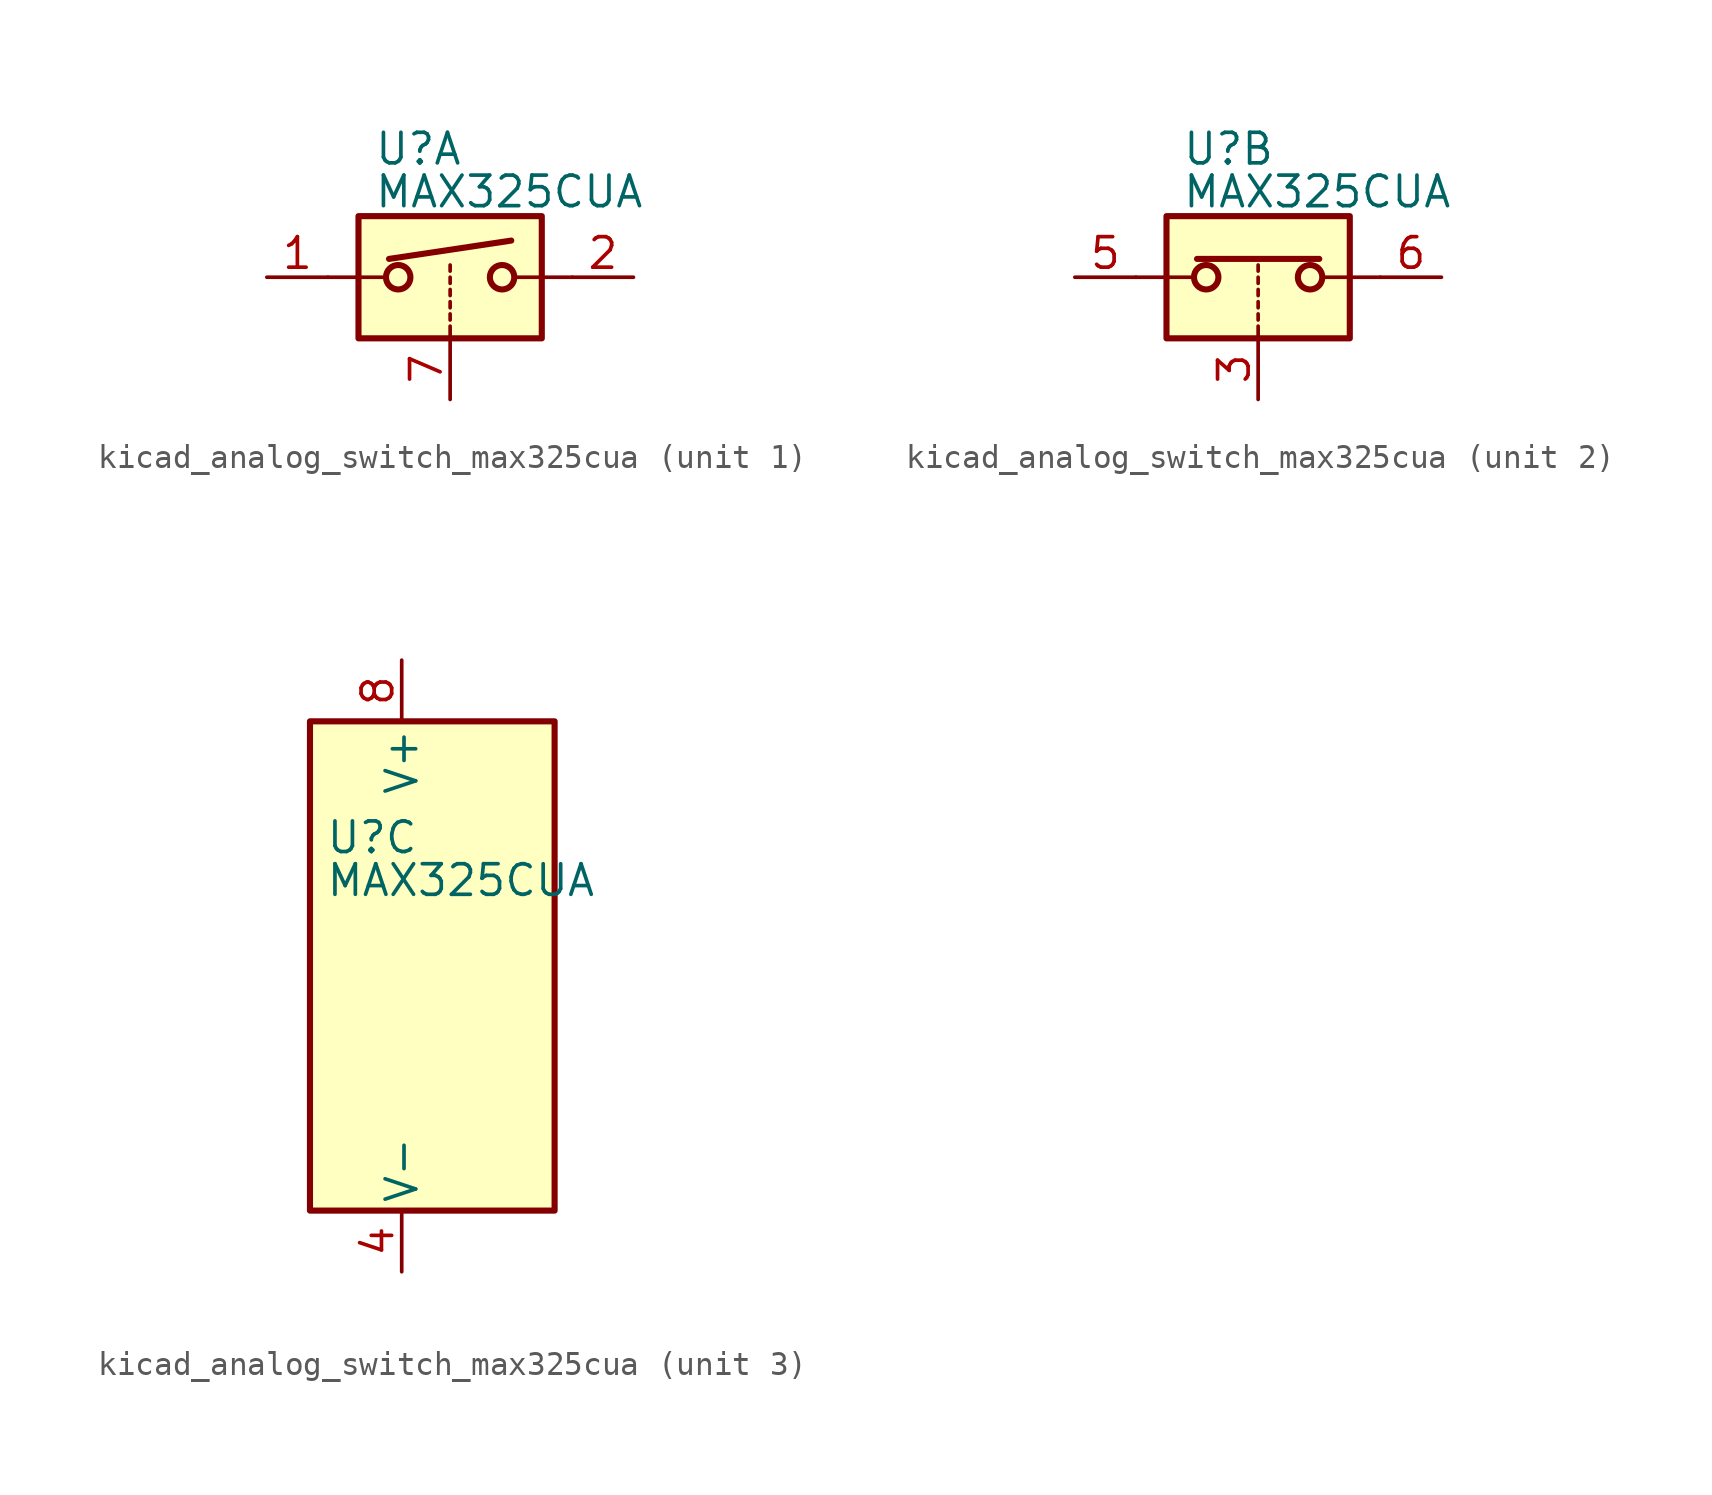
<source format=kicad_sym>
(kicad_symbol_lib
  (version 20220914)
  (generator kicad_symbol_editor)
  (symbol "kicad_analog_switch_max325cua"
    (pin_names
      (offset 0.254))
    (property "Reference" "U"
      (at -3.175 5.334 0)
      (effects (font (size 1.27 1.27)) (justify left)))
    (property "Value" "MAX325CUA"
      (at -3.175 3.556 0)
      (effects (font (size 1.27 1.27)) (justify left)))
    (symbol "kicad_analog_switch_max325cua_1_1"
      (rectangle (start -3.81 2.54) (end 3.81 -2.54) (stroke (width 0.254) (type default)) (fill (type background)))
      (circle (center -2.159 0) (radius 0.508) (stroke (width 0.254) (type default)) (fill (type none)))
      (polyline (pts (xy -5.08 0) (xy -2.794 0)) (stroke (width 0) (type default)) (fill (type none)))
      (polyline (pts (xy -2.54 0.762) (xy 2.54 1.524)) (stroke (width 0.254) (type default)) (fill (type none)))
      (polyline (pts (xy 0 -2.54) (xy 0 -2.032)) (stroke (width 0) (type default)) (fill (type none)))
      (polyline (pts (xy 0 -1.778) (xy 0 -1.524)) (stroke (width 0) (type default)) (fill (type none)))
      (polyline (pts (xy 0 -1.27) (xy 0 -1.016)) (stroke (width 0) (type default)) (fill (type none)))
      (polyline (pts (xy 0 -0.762) (xy 0 -0.508)) (stroke (width 0) (type default)) (fill (type none)))
      (polyline (pts (xy 0 -0.254) (xy 0 0)) (stroke (width 0) (type default)) (fill (type none)))
      (polyline (pts (xy 0 0.254) (xy 0 0.508)) (stroke (width 0) (type default)) (fill (type none)))
      (polyline (pts (xy 5.08 0) (xy 2.794 0)) (stroke (width 0) (type default)) (fill (type none)))
      (circle (center 2.159 0) (radius 0.508) (stroke (width 0.254) (type default)) (fill (type none)))
      (pin passive line (at -7.62 0 0) (length 2.54) (name "~" (effects (font (size 1.27 1.27)))) (number "1" (effects (font (size 1.27 1.27)))))
      (pin passive line (at 7.62 0 180) (length 2.54) (name "~" (effects (font (size 1.27 1.27)))) (number "2" (effects (font (size 1.27 1.27)))))
      (pin input line (at 0 -5.08 90) (length 2.54) (name "~" (effects (font (size 1.27 1.27)))) (number "7" (effects (font (size 1.27 1.27))))))
    (symbol "kicad_analog_switch_max325cua_2_1"
      (rectangle (start -3.81 2.54) (end 3.81 -2.54) (stroke (width 0.254) (type default)) (fill (type background)))
      (circle (center -2.159 0) (radius 0.508) (stroke (width 0.254) (type default)) (fill (type none)))
      (polyline (pts (xy -5.08 0) (xy -2.794 0)) (stroke (width 0) (type default)) (fill (type none)))
      (polyline (pts (xy -2.54 0.762) (xy 2.54 0.762)) (stroke (width 0.254) (type default)) (fill (type none)))
      (polyline (pts (xy 0 -2.54) (xy 0 -2.032)) (stroke (width 0) (type default)) (fill (type none)))
      (polyline (pts (xy 0 -1.778) (xy 0 -1.524)) (stroke (width 0) (type default)) (fill (type none)))
      (polyline (pts (xy 0 -1.27) (xy 0 -1.016)) (stroke (width 0) (type default)) (fill (type none)))
      (polyline (pts (xy 0 -0.762) (xy 0 -0.508)) (stroke (width 0) (type default)) (fill (type none)))
      (polyline (pts (xy 0 -0.254) (xy 0 0)) (stroke (width 0) (type default)) (fill (type none)))
      (polyline (pts (xy 0 0.254) (xy 0 0.508)) (stroke (width 0) (type default)) (fill (type none)))
      (polyline (pts (xy 5.08 0) (xy 2.794 0)) (stroke (width 0) (type default)) (fill (type none)))
      (circle (center 2.159 0) (radius 0.508) (stroke (width 0.254) (type default)) (fill (type none)))
      (pin input line (at 0 -5.08 90) (length 2.54) (name "~" (effects (font (size 1.27 1.27)))) (number "3" (effects (font (size 1.27 1.27)))))
      (pin passive line (at -7.62 0 0) (length 2.54) (name "~" (effects (font (size 1.27 1.27)))) (number "5" (effects (font (size 1.27 1.27)))))
      (pin passive line (at 7.62 0 180) (length 2.54) (name "~" (effects (font (size 1.27 1.27)))) (number "6" (effects (font (size 1.27 1.27))))))
    (symbol "kicad_analog_switch_max325cua_3_0"
      (pin power_in line (at 0 -12.7 90) (length 2.54) (name "V-" (effects (font (size 1.27 1.27)))) (number "4" (effects (font (size 1.27 1.27)))))
      (pin power_in line (at 0 12.7 270) (length 2.54) (name "V+" (effects (font (size 1.27 1.27)))) (number "8" (effects (font (size 1.27 1.27))))))
    (symbol "kicad_analog_switch_max325cua_3_1"
      (rectangle (start -3.81 10.16) (end 6.35 -10.16) (stroke (width 0.254) (type default)) (fill (type background))))))
</source>
